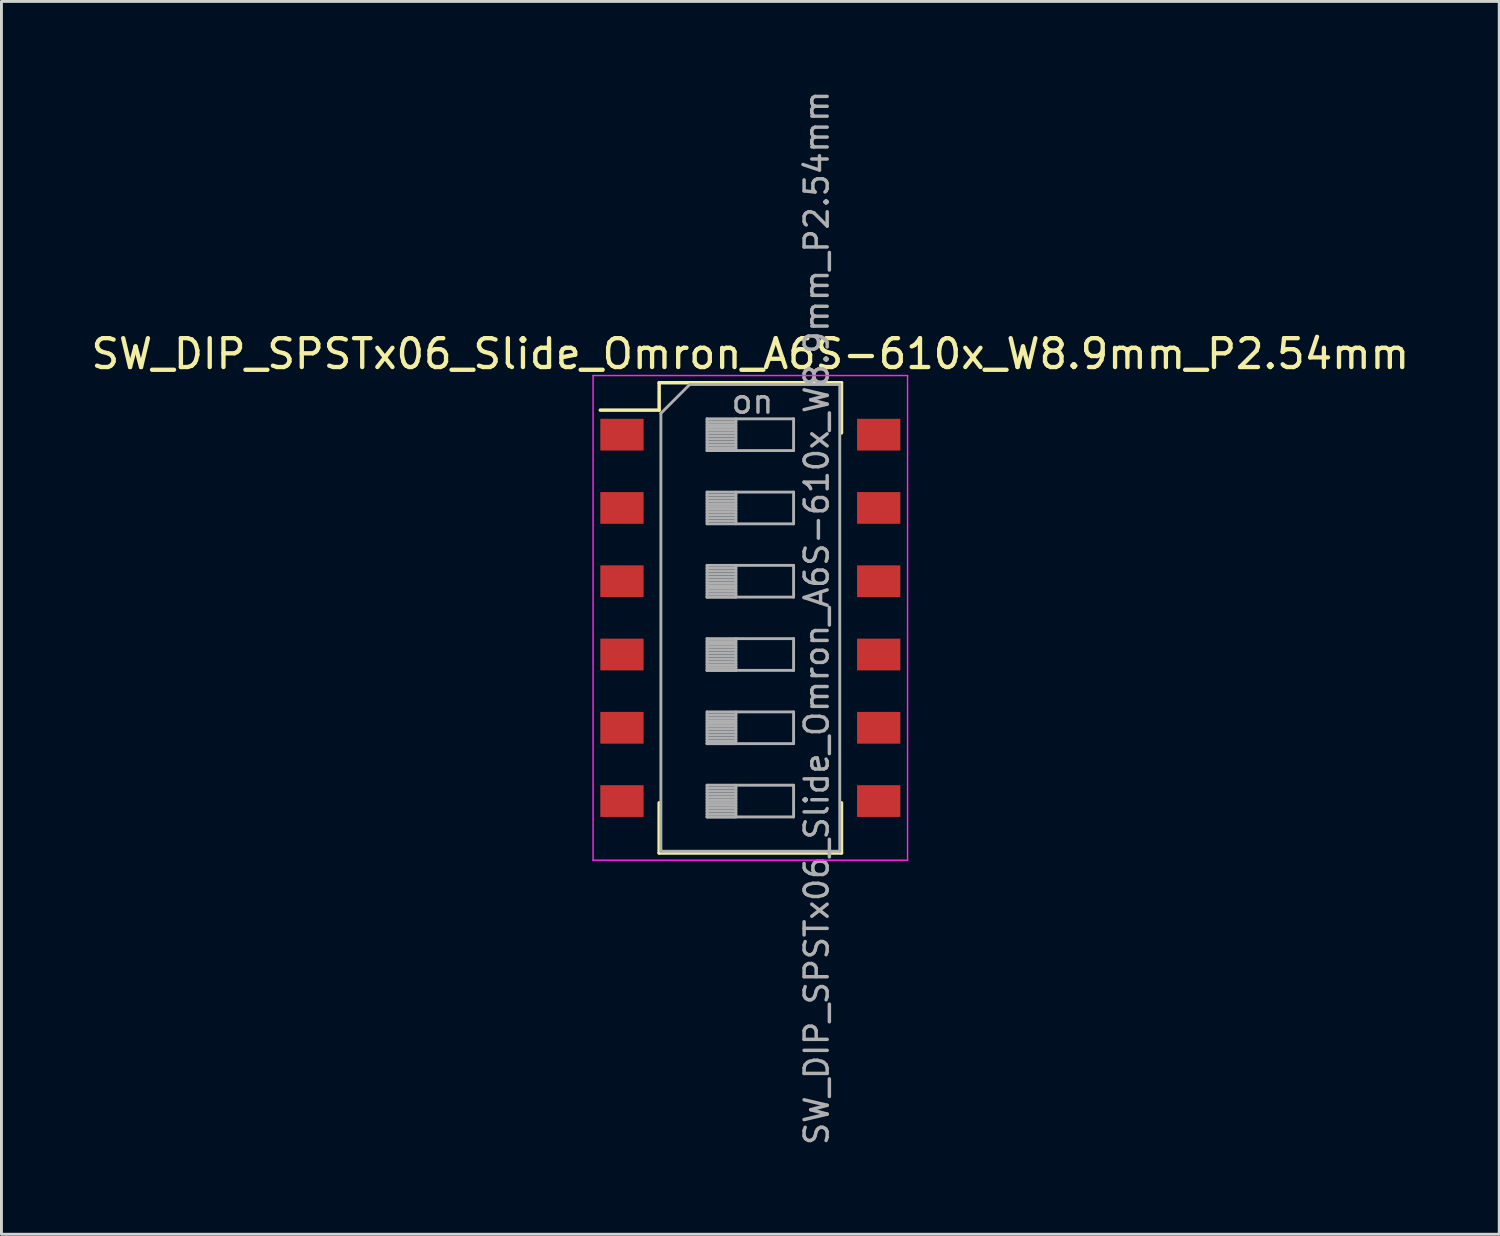
<source format=kicad_pcb>
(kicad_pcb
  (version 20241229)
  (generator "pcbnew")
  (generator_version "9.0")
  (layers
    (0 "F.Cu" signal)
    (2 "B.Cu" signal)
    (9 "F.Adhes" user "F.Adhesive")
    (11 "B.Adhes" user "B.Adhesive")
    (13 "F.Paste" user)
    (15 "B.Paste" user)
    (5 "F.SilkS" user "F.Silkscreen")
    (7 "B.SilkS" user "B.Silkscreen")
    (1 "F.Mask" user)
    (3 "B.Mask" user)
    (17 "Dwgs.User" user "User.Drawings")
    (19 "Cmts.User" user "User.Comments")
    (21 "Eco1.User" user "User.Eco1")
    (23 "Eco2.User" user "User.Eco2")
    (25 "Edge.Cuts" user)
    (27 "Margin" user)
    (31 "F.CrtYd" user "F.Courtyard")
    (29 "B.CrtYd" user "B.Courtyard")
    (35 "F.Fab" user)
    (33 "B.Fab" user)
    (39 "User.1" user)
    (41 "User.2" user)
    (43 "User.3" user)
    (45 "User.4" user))
  (footprint "SW_DIP_SPSTx06_Slide_Omron_A6S-610x_W8.9mm_P2.54mm"
    (layer "F.Cu")
    (at 22.958 18.367)
    (property "Reference" "SW_DIP_SPSTx06_Slide_Omron_A6S-610x_W8.9mm_P2.54mm" (at 0 -9.15 0) (layer "F.SilkS") (effects (font (size 1 1) (thickness 0.15))))
    (attr smd)
    (fp_line (start -5.2 -7.201) (end -3.16 -7.201) (stroke (width 0.12) (type solid)) (layer "F.SilkS"))
    (fp_line (start -3.16 -8.15) (end -3.16 -7.201) (stroke (width 0.12) (type solid)) (layer "F.SilkS"))
    (fp_line (start -3.16 -8.15) (end 3.16 -8.15) (stroke (width 0.12) (type solid)) (layer "F.SilkS"))
    (fp_line (start -3.16 6.41) (end -3.16 8.15) (stroke (width 0.12) (type solid)) (layer "F.SilkS"))
    (fp_line (start -3.16 8.15) (end 3.16 8.15) (stroke (width 0.12) (type solid)) (layer "F.SilkS"))
    (fp_line (start 3.16 -8.15) (end 3.16 -6.411) (stroke (width 0.12) (type solid)) (layer "F.SilkS"))
    (fp_line (start 3.16 6.41) (end 3.16 8.15) (stroke (width 0.12) (type solid)) (layer "F.SilkS"))
    (fp_line (start -5.45 -8.4) (end -5.45 8.4) (stroke (width 0.05) (type solid)) (layer "F.CrtYd"))
    (fp_line (start -5.45 8.4) (end 5.45 8.4) (stroke (width 0.05) (type solid)) (layer "F.CrtYd"))
    (fp_line (start 5.45 -8.4) (end -5.45 -8.4) (stroke (width 0.05) (type solid)) (layer "F.CrtYd"))
    (fp_line (start 5.45 8.4) (end 5.45 -8.4) (stroke (width 0.05) (type solid)) (layer "F.CrtYd"))
    (fp_line (start -3.1 -7.09) (end -2.1 -8.09) (stroke (width 0.1) (type solid)) (layer "F.Fab"))
    (fp_line (start -3.1 8.09) (end -3.1 -7.09) (stroke (width 0.1) (type solid)) (layer "F.Fab"))
    (fp_line (start -2.1 -8.09) (end 3.1 -8.09) (stroke (width 0.1) (type solid)) (layer "F.Fab"))
    (fp_line (start -1.5 -6.9) (end -1.5 -5.8) (stroke (width 0.1) (type solid)) (layer "F.Fab"))
    (fp_line (start -1.5 -6.8) (end -0.5 -6.8) (stroke (width 0.1) (type solid)) (layer "F.Fab"))
    (fp_line (start -1.5 -6.7) (end -0.5 -6.7) (stroke (width 0.1) (type solid)) (layer "F.Fab"))
    (fp_line (start -1.5 -6.6) (end -0.5 -6.6) (stroke (width 0.1) (type solid)) (layer "F.Fab"))
    (fp_line (start -1.5 -6.5) (end -0.5 -6.5) (stroke (width 0.1) (type solid)) (layer "F.Fab"))
    (fp_line (start -1.5 -6.4) (end -0.5 -6.4) (stroke (width 0.1) (type solid)) (layer "F.Fab"))
    (fp_line (start -1.5 -6.3) (end -0.5 -6.3) (stroke (width 0.1) (type solid)) (layer "F.Fab"))
    (fp_line (start -1.5 -6.2) (end -0.5 -6.2) (stroke (width 0.1) (type solid)) (layer "F.Fab"))
    (fp_line (start -1.5 -6.1) (end -0.5 -6.1) (stroke (width 0.1) (type solid)) (layer "F.Fab"))
    (fp_line (start -1.5 -6) (end -0.5 -6) (stroke (width 0.1) (type solid)) (layer "F.Fab"))
    (fp_line (start -1.5 -5.9) (end -0.5 -5.9) (stroke (width 0.1) (type solid)) (layer "F.Fab"))
    (fp_line (start -1.5 -5.8) (end -0.5 -5.8) (stroke (width 0.1) (type solid)) (layer "F.Fab"))
    (fp_line (start -1.5 -5.8) (end 1.5 -5.8) (stroke (width 0.1) (type solid)) (layer "F.Fab"))
    (fp_line (start -1.5 -4.36) (end -1.5 -3.26) (stroke (width 0.1) (type solid)) (layer "F.Fab"))
    (fp_line (start -1.5 -4.26) (end -0.5 -4.26) (stroke (width 0.1) (type solid)) (layer "F.Fab"))
    (fp_line (start -1.5 -4.16) (end -0.5 -4.16) (stroke (width 0.1) (type solid)) (layer "F.Fab"))
    (fp_line (start -1.5 -4.06) (end -0.5 -4.06) (stroke (width 0.1) (type solid)) (layer "F.Fab"))
    (fp_line (start -1.5 -3.96) (end -0.5 -3.96) (stroke (width 0.1) (type solid)) (layer "F.Fab"))
    (fp_line (start -1.5 -3.86) (end -0.5 -3.86) (stroke (width 0.1) (type solid)) (layer "F.Fab"))
    (fp_line (start -1.5 -3.76) (end -0.5 -3.76) (stroke (width 0.1) (type solid)) (layer "F.Fab"))
    (fp_line (start -1.5 -3.66) (end -0.5 -3.66) (stroke (width 0.1) (type solid)) (layer "F.Fab"))
    (fp_line (start -1.5 -3.56) (end -0.5 -3.56) (stroke (width 0.1) (type solid)) (layer "F.Fab"))
    (fp_line (start -1.5 -3.46) (end -0.5 -3.46) (stroke (width 0.1) (type solid)) (layer "F.Fab"))
    (fp_line (start -1.5 -3.36) (end -0.5 -3.36) (stroke (width 0.1) (type solid)) (layer "F.Fab"))
    (fp_line (start -1.5 -3.26) (end 1.5 -3.26) (stroke (width 0.1) (type solid)) (layer "F.Fab"))
    (fp_line (start -1.5 -1.82) (end -1.5 -0.72) (stroke (width 0.1) (type solid)) (layer "F.Fab"))
    (fp_line (start -1.5 -1.72) (end -0.5 -1.72) (stroke (width 0.1) (type solid)) (layer "F.Fab"))
    (fp_line (start -1.5 -1.62) (end -0.5 -1.62) (stroke (width 0.1) (type solid)) (layer "F.Fab"))
    (fp_line (start -1.5 -1.52) (end -0.5 -1.52) (stroke (width 0.1) (type solid)) (layer "F.Fab"))
    (fp_line (start -1.5 -1.42) (end -0.5 -1.42) (stroke (width 0.1) (type solid)) (layer "F.Fab"))
    (fp_line (start -1.5 -1.32) (end -0.5 -1.32) (stroke (width 0.1) (type solid)) (layer "F.Fab"))
    (fp_line (start -1.5 -1.22) (end -0.5 -1.22) (stroke (width 0.1) (type solid)) (layer "F.Fab"))
    (fp_line (start -1.5 -1.12) (end -0.5 -1.12) (stroke (width 0.1) (type solid)) (layer "F.Fab"))
    (fp_line (start -1.5 -1.02) (end -0.5 -1.02) (stroke (width 0.1) (type solid)) (layer "F.Fab"))
    (fp_line (start -1.5 -0.92) (end -0.5 -0.92) (stroke (width 0.1) (type solid)) (layer "F.Fab"))
    (fp_line (start -1.5 -0.82) (end -0.5 -0.82) (stroke (width 0.1) (type solid)) (layer "F.Fab"))
    (fp_line (start -1.5 -0.72) (end -0.5 -0.72) (stroke (width 0.1) (type solid)) (layer "F.Fab"))
    (fp_line (start -1.5 -0.72) (end 1.5 -0.72) (stroke (width 0.1) (type solid)) (layer "F.Fab"))
    (fp_line (start -1.5 0.72) (end -1.5 1.82) (stroke (width 0.1) (type solid)) (layer "F.Fab"))
    (fp_line (start -1.5 0.82) (end -0.5 0.82) (stroke (width 0.1) (type solid)) (layer "F.Fab"))
    (fp_line (start -1.5 0.92) (end -0.5 0.92) (stroke (width 0.1) (type solid)) (layer "F.Fab"))
    (fp_line (start -1.5 1.02) (end -0.5 1.02) (stroke (width 0.1) (type solid)) (layer "F.Fab"))
    (fp_line (start -1.5 1.12) (end -0.5 1.12) (stroke (width 0.1) (type solid)) (layer "F.Fab"))
    (fp_line (start -1.5 1.22) (end -0.5 1.22) (stroke (width 0.1) (type solid)) (layer "F.Fab"))
    (fp_line (start -1.5 1.32) (end -0.5 1.32) (stroke (width 0.1) (type solid)) (layer "F.Fab"))
    (fp_line (start -1.5 1.42) (end -0.5 1.42) (stroke (width 0.1) (type solid)) (layer "F.Fab"))
    (fp_line (start -1.5 1.52) (end -0.5 1.52) (stroke (width 0.1) (type solid)) (layer "F.Fab"))
    (fp_line (start -1.5 1.62) (end -0.5 1.62) (stroke (width 0.1) (type solid)) (layer "F.Fab"))
    (fp_line (start -1.5 1.72) (end -0.5 1.72) (stroke (width 0.1) (type solid)) (layer "F.Fab"))
    (fp_line (start -1.5 1.82) (end -0.5 1.82) (stroke (width 0.1) (type solid)) (layer "F.Fab"))
    (fp_line (start -1.5 1.82) (end 1.5 1.82) (stroke (width 0.1) (type solid)) (layer "F.Fab"))
    (fp_line (start -1.5 3.26) (end -1.5 4.36) (stroke (width 0.1) (type solid)) (layer "F.Fab"))
    (fp_line (start -1.5 3.36) (end -0.5 3.36) (stroke (width 0.1) (type solid)) (layer "F.Fab"))
    (fp_line (start -1.5 3.46) (end -0.5 3.46) (stroke (width 0.1) (type solid)) (layer "F.Fab"))
    (fp_line (start -1.5 3.56) (end -0.5 3.56) (stroke (width 0.1) (type solid)) (layer "F.Fab"))
    (fp_line (start -1.5 3.66) (end -0.5 3.66) (stroke (width 0.1) (type solid)) (layer "F.Fab"))
    (fp_line (start -1.5 3.76) (end -0.5 3.76) (stroke (width 0.1) (type solid)) (layer "F.Fab"))
    (fp_line (start -1.5 3.86) (end -0.5 3.86) (stroke (width 0.1) (type solid)) (layer "F.Fab"))
    (fp_line (start -1.5 3.96) (end -0.5 3.96) (stroke (width 0.1) (type solid)) (layer "F.Fab"))
    (fp_line (start -1.5 4.06) (end -0.5 4.06) (stroke (width 0.1) (type solid)) (layer "F.Fab"))
    (fp_line (start -1.5 4.16) (end -0.5 4.16) (stroke (width 0.1) (type solid)) (layer "F.Fab"))
    (fp_line (start -1.5 4.26) (end -0.5 4.26) (stroke (width 0.1) (type solid)) (layer "F.Fab"))
    (fp_line (start -1.5 4.36) (end -0.5 4.36) (stroke (width 0.1) (type solid)) (layer "F.Fab"))
    (fp_line (start -1.5 4.36) (end 1.5 4.36) (stroke (width 0.1) (type solid)) (layer "F.Fab"))
    (fp_line (start -1.5 5.8) (end -1.5 6.9) (stroke (width 0.1) (type solid)) (layer "F.Fab"))
    (fp_line (start -1.5 5.9) (end -0.5 5.9) (stroke (width 0.1) (type solid)) (layer "F.Fab"))
    (fp_line (start -1.5 6) (end -0.5 6) (stroke (width 0.1) (type solid)) (layer "F.Fab"))
    (fp_line (start -1.5 6.1) (end -0.5 6.1) (stroke (width 0.1) (type solid)) (layer "F.Fab"))
    (fp_line (start -1.5 6.2) (end -0.5 6.2) (stroke (width 0.1) (type solid)) (layer "F.Fab"))
    (fp_line (start -1.5 6.3) (end -0.5 6.3) (stroke (width 0.1) (type solid)) (layer "F.Fab"))
    (fp_line (start -1.5 6.4) (end -0.5 6.4) (stroke (width 0.1) (type solid)) (layer "F.Fab"))
    (fp_line (start -1.5 6.5) (end -0.5 6.5) (stroke (width 0.1) (type solid)) (layer "F.Fab"))
    (fp_line (start -1.5 6.6) (end -0.5 6.6) (stroke (width 0.1) (type solid)) (layer "F.Fab"))
    (fp_line (start -1.5 6.7) (end -0.5 6.7) (stroke (width 0.1) (type solid)) (layer "F.Fab"))
    (fp_line (start -1.5 6.8) (end -0.5 6.8) (stroke (width 0.1) (type solid)) (layer "F.Fab"))
    (fp_line (start -1.5 6.9) (end -0.5 6.9) (stroke (width 0.1) (type solid)) (layer "F.Fab"))
    (fp_line (start -1.5 6.9) (end 1.5 6.9) (stroke (width 0.1) (type solid)) (layer "F.Fab"))
    (fp_line (start -0.5 -6.9) (end -0.5 -5.8) (stroke (width 0.1) (type solid)) (layer "F.Fab"))
    (fp_line (start -0.5 -4.36) (end -0.5 -3.26) (stroke (width 0.1) (type solid)) (layer "F.Fab"))
    (fp_line (start -0.5 -1.82) (end -0.5 -0.72) (stroke (width 0.1) (type solid)) (layer "F.Fab"))
    (fp_line (start -0.5 0.72) (end -0.5 1.82) (stroke (width 0.1) (type solid)) (layer "F.Fab"))
    (fp_line (start -0.5 3.26) (end -0.5 4.36) (stroke (width 0.1) (type solid)) (layer "F.Fab"))
    (fp_line (start -0.5 5.8) (end -0.5 6.9) (stroke (width 0.1) (type solid)) (layer "F.Fab"))
    (fp_line (start 1.5 -6.9) (end -1.5 -6.9) (stroke (width 0.1) (type solid)) (layer "F.Fab"))
    (fp_line (start 1.5 -5.8) (end 1.5 -6.9) (stroke (width 0.1) (type solid)) (layer "F.Fab"))
    (fp_line (start 1.5 -4.36) (end -1.5 -4.36) (stroke (width 0.1) (type solid)) (layer "F.Fab"))
    (fp_line (start 1.5 -3.26) (end 1.5 -4.36) (stroke (width 0.1) (type solid)) (layer "F.Fab"))
    (fp_line (start 1.5 -1.82) (end -1.5 -1.82) (stroke (width 0.1) (type solid)) (layer "F.Fab"))
    (fp_line (start 1.5 -0.72) (end 1.5 -1.82) (stroke (width 0.1) (type solid)) (layer "F.Fab"))
    (fp_line (start 1.5 0.72) (end -1.5 0.72) (stroke (width 0.1) (type solid)) (layer "F.Fab"))
    (fp_line (start 1.5 1.82) (end 1.5 0.72) (stroke (width 0.1) (type solid)) (layer "F.Fab"))
    (fp_line (start 1.5 3.26) (end -1.5 3.26) (stroke (width 0.1) (type solid)) (layer "F.Fab"))
    (fp_line (start 1.5 4.36) (end 1.5 3.26) (stroke (width 0.1) (type solid)) (layer "F.Fab"))
    (fp_line (start 1.5 5.8) (end -1.5 5.8) (stroke (width 0.1) (type solid)) (layer "F.Fab"))
    (fp_line (start 1.5 6.9) (end 1.5 5.8) (stroke (width 0.1) (type solid)) (layer "F.Fab"))
    (fp_line (start 3.1 -8.09) (end 3.1 8.09) (stroke (width 0.1) (type solid)) (layer "F.Fab"))
    (fp_line (start 3.1 8.09) (end -3.1 8.09) (stroke (width 0.1) (type solid)) (layer "F.Fab"))
    (fp_text user "on" (at 0.075 -7.495 0) (layer "F.Fab") (effects (font (size 0.8 0.8) (thickness 0.12))))
    (fp_text user "${REFERENCE}" (at 2.3 0 90) (layer "F.Fab") (effects (font (size 0.8 0.8) (thickness 0.12))))
    (pad "1" smd rect (at -4.45 -6.35) (size 1.5 1.1) (layers "F.Cu" "F.Mask" "F.Paste"))
    (pad "2" smd rect (at -4.45 -3.81) (size 1.5 1.1) (layers "F.Cu" "F.Mask" "F.Paste"))
    (pad "3" smd rect (at -4.45 -1.27) (size 1.5 1.1) (layers "F.Cu" "F.Mask" "F.Paste"))
    (pad "4" smd rect (at -4.45 1.27) (size 1.5 1.1) (layers "F.Cu" "F.Mask" "F.Paste"))
    (pad "5" smd rect (at -4.45 3.81) (size 1.5 1.1) (layers "F.Cu" "F.Mask" "F.Paste"))
    (pad "6" smd rect (at -4.45 6.35) (size 1.5 1.1) (layers "F.Cu" "F.Mask" "F.Paste"))
    (pad "7" smd rect (at 4.45 6.35) (size 1.5 1.1) (layers "F.Cu" "F.Mask" "F.Paste"))
    (pad "8" smd rect (at 4.45 3.81) (size 1.5 1.1) (layers "F.Cu" "F.Mask" "F.Paste"))
    (pad "9" smd rect (at 4.45 1.27) (size 1.5 1.1) (layers "F.Cu" "F.Mask" "F.Paste"))
    (pad "10" smd rect (at 4.45 -1.27) (size 1.5 1.1) (layers "F.Cu" "F.Mask" "F.Paste"))
    (pad "11" smd rect (at 4.45 -3.81) (size 1.5 1.1) (layers "F.Cu" "F.Mask" "F.Paste"))
    (pad "12" smd rect (at 4.45 -6.35) (size 1.5 1.1) (layers "F.Cu" "F.Mask" "F.Paste")))
  (gr_rect
    (start -3 -3)
    (end 48.917 39.733)
    (stroke (width 0.1) (type default))
    (fill no)
    (layer "Edge.Cuts")))
</source>
